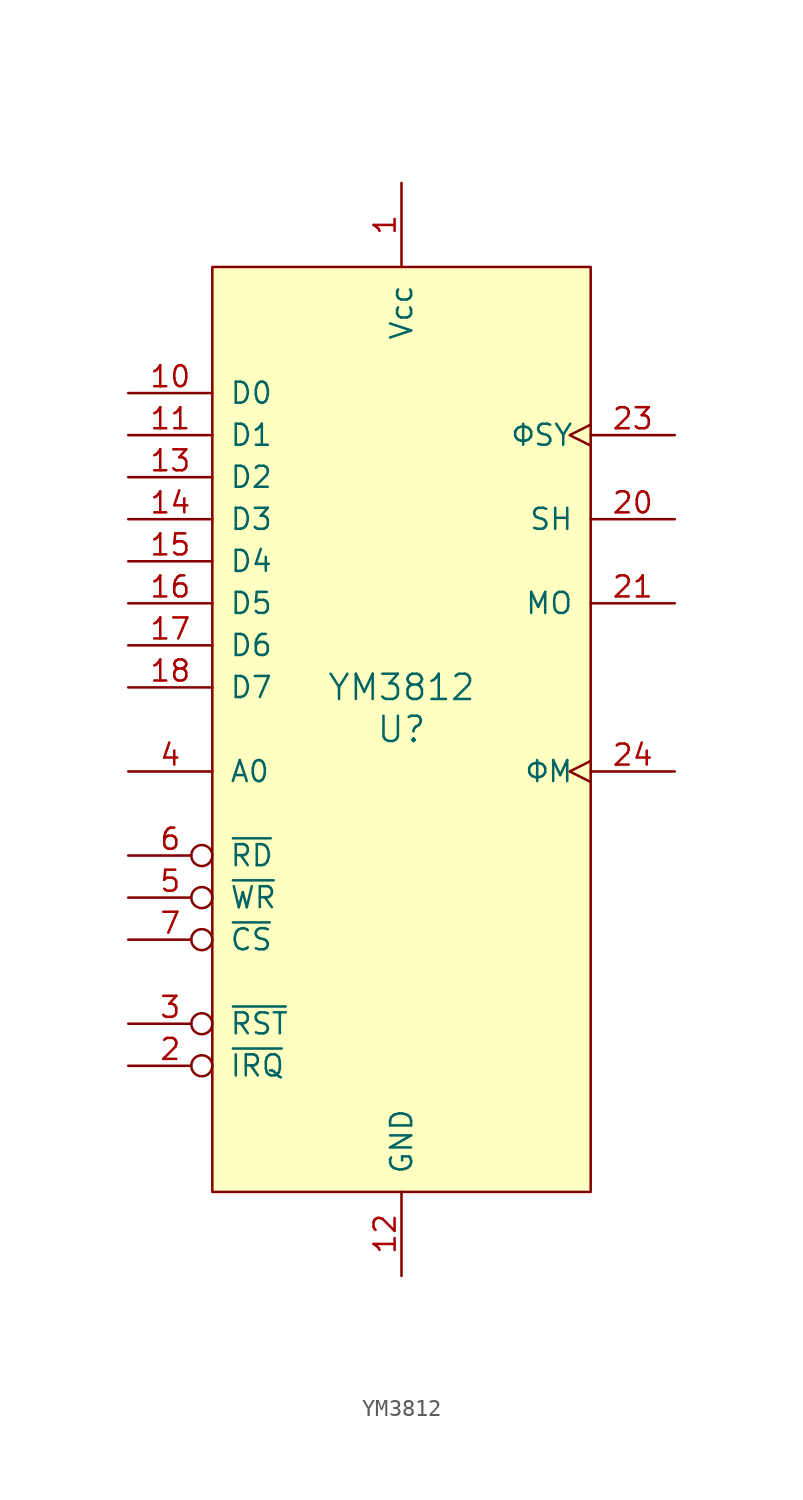
<source format=kicad_sym>
(kicad_symbol_lib
  (version 20211014)
  (generator kicad_symbol_editor)
  (symbol "YM3812"
    (pin_names
      (offset 1.016))
    (property "Reference" "U"
      (at 0 -11.43 0)
      (effects (font (size 1.524 1.524))))
    (property "Value" "YM3812"
      (at 0 -8.89 0)
      (effects (font (size 1.524 1.524))))
    (property "Footprint" ""
      (at 0 0 0)
      (effects (font (size 1.524 1.524))))
    (property "Datasheet" ""
      (at 0 0 0)
      (effects (font (size 1.524 1.524))))
    (symbol "YM3812_0_1"
      (rectangle (start -11.43 16.51) (end 11.43 -39.37) (stroke (width 0) (type default) (color 0 0 0 0)) (fill (type background))))
    (symbol "YM3812_1_1"
      (pin power_in line (at 0 21.59 270) (length 5.08) (name "Vcc" (effects (font (size 1.27 1.27)))) (number "1" (effects (font (size 1.27 1.27)))))
      (pin tri_state line (at -16.51 8.89 0) (length 5.08) (name "D0" (effects (font (size 1.27 1.27)))) (number "10" (effects (font (size 1.27 1.27)))))
      (pin tri_state line (at -16.51 6.35 0) (length 5.08) (name "D1" (effects (font (size 1.27 1.27)))) (number "11" (effects (font (size 1.27 1.27)))))
      (pin power_in line (at 0 -44.45 90) (length 5.08) (name "GND" (effects (font (size 1.27 1.27)))) (number "12" (effects (font (size 1.27 1.27)))))
      (pin tri_state line (at -16.51 3.81 0) (length 5.08) (name "D2" (effects (font (size 1.27 1.27)))) (number "13" (effects (font (size 1.27 1.27)))))
      (pin tri_state line (at -16.51 1.27 0) (length 5.08) (name "D3" (effects (font (size 1.27 1.27)))) (number "14" (effects (font (size 1.27 1.27)))))
      (pin tri_state line (at -16.51 -1.27 0) (length 5.08) (name "D4" (effects (font (size 1.27 1.27)))) (number "15" (effects (font (size 1.27 1.27)))))
      (pin tri_state line (at -16.51 -3.81 0) (length 5.08) (name "D5" (effects (font (size 1.27 1.27)))) (number "16" (effects (font (size 1.27 1.27)))))
      (pin tri_state line (at -16.51 -6.35 0) (length 5.08) (name "D6" (effects (font (size 1.27 1.27)))) (number "17" (effects (font (size 1.27 1.27)))))
      (pin tri_state line (at -16.51 -8.89 0) (length 5.08) (name "D7" (effects (font (size 1.27 1.27)))) (number "18" (effects (font (size 1.27 1.27)))))
      (pin output inverted (at -16.51 -31.75 0) (length 5.08) (name "~{IRQ}" (effects (font (size 1.27 1.27)))) (number "2" (effects (font (size 1.27 1.27)))))
      (pin output line (at 16.51 1.27 180) (length 5.08) (name "SH" (effects (font (size 1.27 1.27)))) (number "20" (effects (font (size 1.27 1.27)))))
      (pin output line (at 16.51 -3.81 180) (length 5.08) (name "MO" (effects (font (size 1.27 1.27)))) (number "21" (effects (font (size 1.27 1.27)))))
      (pin output clock (at 16.51 6.35 180) (length 5.08) (name "ΦSY" (effects (font (size 1.27 1.27)))) (number "23" (effects (font (size 1.27 1.27)))))
      (pin input clock (at 16.51 -13.97 180) (length 5.08) (name "ΦM" (effects (font (size 1.27 1.27)))) (number "24" (effects (font (size 1.27 1.27)))))
      (pin input inverted (at -16.51 -29.21 0) (length 5.08) (name "~{RST}" (effects (font (size 1.27 1.27)))) (number "3" (effects (font (size 1.27 1.27)))))
      (pin input line (at -16.51 -13.97 0) (length 5.08) (name "A0" (effects (font (size 1.27 1.27)))) (number "4" (effects (font (size 1.27 1.27)))))
      (pin input inverted (at -16.51 -21.59 0) (length 5.08) (name "~{WR}" (effects (font (size 1.27 1.27)))) (number "5" (effects (font (size 1.27 1.27)))))
      (pin input inverted (at -16.51 -19.05 0) (length 5.08) (name "~{RD}" (effects (font (size 1.27 1.27)))) (number "6" (effects (font (size 1.27 1.27)))))
      (pin input inverted (at -16.51 -24.13 0) (length 5.08) (name "~{CS}" (effects (font (size 1.27 1.27)))) (number "7" (effects (font (size 1.27 1.27)))))
      (pin no_connect line (at 15.24 -29.21 180) (length 5.08) hide (name "~" (effects (font (size 1.27 1.27)))) (number "8" (effects (font (size 1.27 1.27)))))
      (pin no_connect line (at 15.24 -31.75 180) (length 5.08) hide (name "~" (effects (font (size 1.27 1.27)))) (number "9" (effects (font (size 1.27 1.27))))))))
</source>
